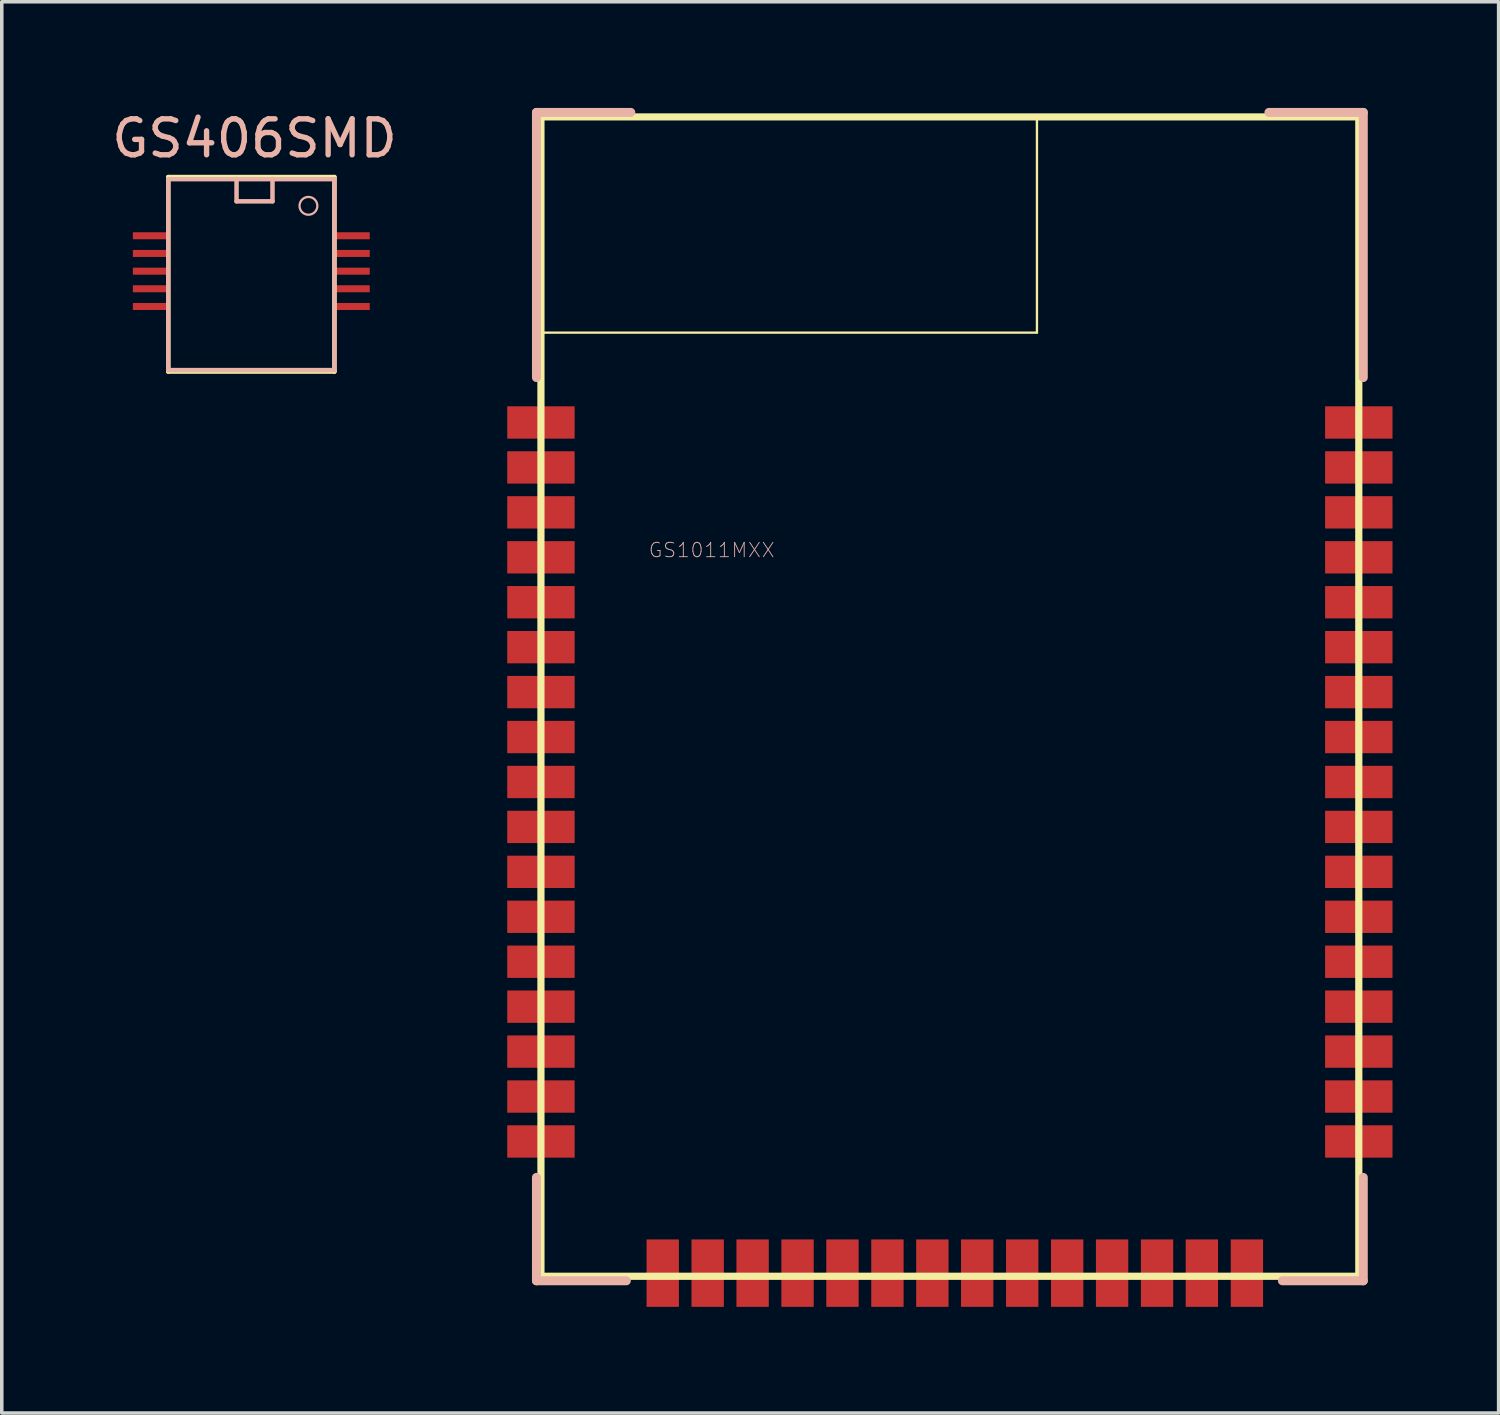
<source format=kicad_pcb>
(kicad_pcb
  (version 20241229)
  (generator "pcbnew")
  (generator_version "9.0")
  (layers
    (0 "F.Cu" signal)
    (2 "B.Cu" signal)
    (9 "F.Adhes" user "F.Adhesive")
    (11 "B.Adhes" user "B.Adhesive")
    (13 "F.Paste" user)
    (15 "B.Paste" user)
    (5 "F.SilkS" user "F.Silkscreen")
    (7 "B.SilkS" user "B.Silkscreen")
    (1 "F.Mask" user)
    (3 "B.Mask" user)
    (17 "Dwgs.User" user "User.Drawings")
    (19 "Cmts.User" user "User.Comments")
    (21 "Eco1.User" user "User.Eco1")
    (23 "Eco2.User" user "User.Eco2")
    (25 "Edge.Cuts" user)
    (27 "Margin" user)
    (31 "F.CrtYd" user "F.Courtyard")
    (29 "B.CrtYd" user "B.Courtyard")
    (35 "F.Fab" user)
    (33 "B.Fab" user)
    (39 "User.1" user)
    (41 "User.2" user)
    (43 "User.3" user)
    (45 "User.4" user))
  (footprint "GS406SMD"
    (layer "F.Cu")
    (at 4.143 4.672)
    (property "Reference" "GS406SMD" (at 0 -3.81 0) (layer "B.SilkS") (effects (font (size 1.016 1.016) (thickness 0.152))))
    (attr smd)
    (fp_line (start -2.438 -2.718) (end 2.258 -2.718) (stroke (width 0.127) (type solid)) (layer "F.SilkS"))
    (fp_line (start -2.438 2.779) (end -2.438 -2.718) (stroke (width 0.127) (type solid)) (layer "F.SilkS"))
    (fp_line (start 2.258 -2.718) (end 2.258 2.779) (stroke (width 0.127) (type solid)) (layer "F.SilkS"))
    (fp_line (start 2.258 2.779) (end -2.438 2.779) (stroke (width 0.127) (type solid)) (layer "F.SilkS"))
    (fp_line (start -2.438 -2.659) (end 2.258 -2.659) (stroke (width 0.127) (type solid)) (layer "B.SilkS"))
    (fp_line (start -2.438 2.738) (end -2.438 -2.659) (stroke (width 0.127) (type solid)) (layer "B.SilkS"))
    (fp_line (start -0.508 -2.667) (end -0.508 -2.032) (stroke (width 0.127) (type solid)) (layer "B.SilkS"))
    (fp_line (start -0.508 -2.032) (end 0.508 -2.032) (stroke (width 0.127) (type solid)) (layer "B.SilkS"))
    (fp_line (start 0.508 -2.032) (end 0.508 -2.667) (stroke (width 0.127) (type solid)) (layer "B.SilkS"))
    (fp_line (start 2.258 -2.659) (end 2.258 2.738) (stroke (width 0.127) (type solid)) (layer "B.SilkS"))
    (fp_line (start 2.258 2.738) (end -2.438 2.738) (stroke (width 0.127) (type solid)) (layer "B.SilkS"))
    (fp_circle (center 1.524 -1.905) (end 1.702 -2.083) (stroke (width 0.064) (type solid)) (fill no) (layer "B.SilkS"))
    (pad "1" smd rect (at 2.758 -1.059) (size 0.998 0.198) (layers "F.Cu" "F.Mask" "F.Paste"))
    (pad "2" smd rect (at -2.939 -1.059) (size 0.998 0.198) (layers "F.Cu" "F.Mask" "F.Paste"))
    (pad "3" smd rect (at 2.758 -0.559) (size 0.998 0.198) (layers "F.Cu" "F.Mask" "F.Paste"))
    (pad "4" smd rect (at -2.939 -0.559) (size 0.998 0.198) (layers "F.Cu" "F.Mask" "F.Paste"))
    (pad "5" smd rect (at 2.758 -0.058) (size 0.998 0.198) (layers "F.Cu" "F.Mask" "F.Paste"))
    (pad "6" smd rect (at -2.939 -0.058) (size 0.998 0.198) (layers "F.Cu" "F.Mask" "F.Paste"))
    (pad "7" smd rect (at 2.758 0.439) (size 0.998 0.198) (layers "F.Cu" "F.Mask" "F.Paste"))
    (pad "8" smd rect (at -2.939 0.439) (size 0.998 0.198) (layers "F.Cu" "F.Mask" "F.Paste"))
    (pad "9" smd rect (at 2.758 0.94) (size 0.998 0.198) (layers "F.Cu" "F.Mask" "F.Paste"))
    (pad "10" smd rect (at -2.939 0.94) (size 0.998 0.198) (layers "F.Cu" "F.Mask" "F.Paste")))
  (footprint "GS1011MXX"
    (layer "F.Cu")
    (at 23.668 16.51)
    (property "Reference" "GS1011MXX" (at -6.604 -4.013 0) (layer "B.SilkS") (effects (font (size 0.406 0.406) (thickness 0.025))))
    (attr smd)
    (fp_line (start -11.43 -16.256) (end 11.684 -16.256) (stroke (width 0.203) (type solid)) (layer "F.SilkS"))
    (fp_line (start -11.43 -16.231) (end 2.588 -16.231) (stroke (width 0.066) (type solid)) (layer "F.SilkS"))
    (fp_line (start -11.43 -10.16) (end -11.43 -16.231) (stroke (width 0.066) (type solid)) (layer "F.SilkS"))
    (fp_line (start -11.43 -10.16) (end 2.588 -10.16) (stroke (width 0.066) (type solid)) (layer "F.SilkS"))
    (fp_line (start -11.43 16.51) (end -11.43 -16.256) (stroke (width 0.203) (type solid)) (layer "F.SilkS"))
    (fp_line (start 2.588 -10.16) (end 2.588 -16.231) (stroke (width 0.066) (type solid)) (layer "F.SilkS"))
    (fp_line (start 11.684 -16.256) (end 11.684 16.51) (stroke (width 0.203) (type solid)) (layer "F.SilkS"))
    (fp_line (start 11.684 16.51) (end -11.43 16.51) (stroke (width 0.203) (type solid)) (layer "F.SilkS"))
    (fp_line (start -11.557 -16.383) (end -11.557 -8.89) (stroke (width 0.254) (type solid)) (layer "B.SilkS"))
    (fp_line (start -11.557 13.716) (end -11.557 16.637) (stroke (width 0.254) (type solid)) (layer "B.SilkS"))
    (fp_line (start -11.557 16.637) (end -9.017 16.637) (stroke (width 0.254) (type solid)) (layer "B.SilkS"))
    (fp_line (start -8.89 -16.383) (end -11.557 -16.383) (stroke (width 0.254) (type solid)) (layer "B.SilkS"))
    (fp_line (start 11.811 -16.383) (end 9.144 -16.383) (stroke (width 0.254) (type solid)) (layer "B.SilkS"))
    (fp_line (start 11.811 -8.89) (end 11.811 -16.383) (stroke (width 0.254) (type solid)) (layer "B.SilkS"))
    (fp_line (start 11.811 13.716) (end 11.811 16.637) (stroke (width 0.254) (type solid)) (layer "B.SilkS"))
    (fp_line (start 11.811 16.637) (end 9.525 16.637) (stroke (width 0.254) (type solid)) (layer "B.SilkS"))
    (pad "1" smd rect (at -11.43 -7.62 270) (size 0.914 1.905) (layers "F.Cu" "F.Mask" "F.Paste"))
    (pad "2" smd rect (at -11.43 -6.35 270) (size 0.914 1.905) (layers "F.Cu" "F.Mask" "F.Paste"))
    (pad "3" smd rect (at -11.43 -5.08 270) (size 0.914 1.905) (layers "F.Cu" "F.Mask" "F.Paste"))
    (pad "4" smd rect (at -11.43 -3.81 270) (size 0.914 1.905) (layers "F.Cu" "F.Mask" "F.Paste"))
    (pad "5" smd rect (at -11.43 -2.54 270) (size 0.914 1.905) (layers "F.Cu" "F.Mask" "F.Paste"))
    (pad "6" smd rect (at -11.43 -1.27 270) (size 0.914 1.905) (layers "F.Cu" "F.Mask" "F.Paste"))
    (pad "7" smd rect (at -11.43 0 270) (size 0.914 1.905) (layers "F.Cu" "F.Mask" "F.Paste"))
    (pad "8" smd rect (at -11.43 1.27 270) (size 0.914 1.905) (layers "F.Cu" "F.Mask" "F.Paste"))
    (pad "9" smd rect (at -11.43 2.54 270) (size 0.914 1.905) (layers "F.Cu" "F.Mask" "F.Paste"))
    (pad "10" smd rect (at -11.43 3.81 270) (size 0.914 1.905) (layers "F.Cu" "F.Mask" "F.Paste"))
    (pad "11" smd rect (at -11.43 5.08 270) (size 0.914 1.905) (layers "F.Cu" "F.Mask" "F.Paste"))
    (pad "12" smd rect (at -11.43 6.35 270) (size 0.914 1.905) (layers "F.Cu" "F.Mask" "F.Paste"))
    (pad "13" smd rect (at -11.43 7.62 270) (size 0.914 1.905) (layers "F.Cu" "F.Mask" "F.Paste"))
    (pad "14" smd rect (at -11.43 8.89 270) (size 0.914 1.905) (layers "F.Cu" "F.Mask" "F.Paste"))
    (pad "15" smd rect (at -11.43 10.16 270) (size 0.914 1.905) (layers "F.Cu" "F.Mask" "F.Paste"))
    (pad "16" smd rect (at -11.43 11.43 270) (size 0.914 1.905) (layers "F.Cu" "F.Mask" "F.Paste"))
    (pad "17" smd rect (at -11.43 12.7 270) (size 0.914 1.905) (layers "F.Cu" "F.Mask" "F.Paste"))
    (pad "18" smd rect (at -7.988 16.421 180) (size 0.914 1.905) (layers "F.Cu" "F.Mask" "F.Paste"))
    (pad "19" smd rect (at -6.718 16.421 180) (size 0.914 1.905) (layers "F.Cu" "F.Mask" "F.Paste"))
    (pad "20" smd rect (at -5.448 16.421 180) (size 0.914 1.905) (layers "F.Cu" "F.Mask" "F.Paste"))
    (pad "21" smd rect (at -4.178 16.421 180) (size 0.914 1.905) (layers "F.Cu" "F.Mask" "F.Paste"))
    (pad "22" smd rect (at -2.908 16.421 180) (size 0.914 1.905) (layers "F.Cu" "F.Mask" "F.Paste"))
    (pad "23" smd rect (at -1.638 16.421 180) (size 0.914 1.905) (layers "F.Cu" "F.Mask" "F.Paste"))
    (pad "24" smd rect (at -0.368 16.421 180) (size 0.914 1.905) (layers "F.Cu" "F.Mask" "F.Paste"))
    (pad "25" smd rect (at 0.899 16.421 180) (size 0.914 1.905) (layers "F.Cu" "F.Mask" "F.Paste"))
    (pad "26" smd rect (at 2.172 16.421 180) (size 0.914 1.905) (layers "F.Cu" "F.Mask" "F.Paste"))
    (pad "27" smd rect (at 3.442 16.421 180) (size 0.914 1.905) (layers "F.Cu" "F.Mask" "F.Paste"))
    (pad "28" smd rect (at 4.712 16.421 180) (size 0.914 1.905) (layers "F.Cu" "F.Mask" "F.Paste"))
    (pad "29" smd rect (at 5.982 16.421 180) (size 0.914 1.905) (layers "F.Cu" "F.Mask" "F.Paste"))
    (pad "30" smd rect (at 7.249 16.421 180) (size 0.914 1.905) (layers "F.Cu" "F.Mask" "F.Paste"))
    (pad "31" smd rect (at 8.522 16.421 180) (size 0.914 1.905) (layers "F.Cu" "F.Mask" "F.Paste"))
    (pad "32" smd rect (at 11.684 12.7 270) (size 0.914 1.905) (layers "F.Cu" "F.Mask" "F.Paste"))
    (pad "33" smd rect (at 11.684 11.43 270) (size 0.914 1.905) (layers "F.Cu" "F.Mask" "F.Paste"))
    (pad "34" smd rect (at 11.684 10.16 270) (size 0.914 1.905) (layers "F.Cu" "F.Mask" "F.Paste"))
    (pad "35" smd rect (at 11.684 8.89 270) (size 0.914 1.905) (layers "F.Cu" "F.Mask" "F.Paste"))
    (pad "36" smd rect (at 11.684 7.62 270) (size 0.914 1.905) (layers "F.Cu" "F.Mask" "F.Paste"))
    (pad "37" smd rect (at 11.684 6.35 270) (size 0.914 1.905) (layers "F.Cu" "F.Mask" "F.Paste"))
    (pad "38" smd rect (at 11.684 5.08 270) (size 0.914 1.905) (layers "F.Cu" "F.Mask" "F.Paste"))
    (pad "39" smd rect (at 11.684 3.81 270) (size 0.914 1.905) (layers "F.Cu" "F.Mask" "F.Paste"))
    (pad "40" smd rect (at 11.684 2.54 270) (size 0.914 1.905) (layers "F.Cu" "F.Mask" "F.Paste"))
    (pad "41" smd rect (at 11.684 1.27 270) (size 0.914 1.905) (layers "F.Cu" "F.Mask" "F.Paste"))
    (pad "42" smd rect (at 11.684 0 270) (size 0.914 1.905) (layers "F.Cu" "F.Mask" "F.Paste"))
    (pad "43" smd rect (at 11.684 -1.27 270) (size 0.914 1.905) (layers "F.Cu" "F.Mask" "F.Paste"))
    (pad "44" smd rect (at 11.684 -2.54 270) (size 0.914 1.905) (layers "F.Cu" "F.Mask" "F.Paste"))
    (pad "45" smd rect (at 11.684 -3.81 270) (size 0.914 1.905) (layers "F.Cu" "F.Mask" "F.Paste"))
    (pad "46" smd rect (at 11.684 -5.08 270) (size 0.914 1.905) (layers "F.Cu" "F.Mask" "F.Paste"))
    (pad "47" smd rect (at 11.684 -6.35 270) (size 0.914 1.905) (layers "F.Cu" "F.Mask" "F.Paste"))
    (pad "48" smd rect (at 11.684 -7.62 270) (size 0.914 1.905) (layers "F.Cu" "F.Mask" "F.Paste")))
  (gr_rect
    (start -3 -3)
    (end 39.304 36.884)
    (stroke (width 0.1) (type default))
    (fill no)
    (layer "Edge.Cuts")))
</source>
